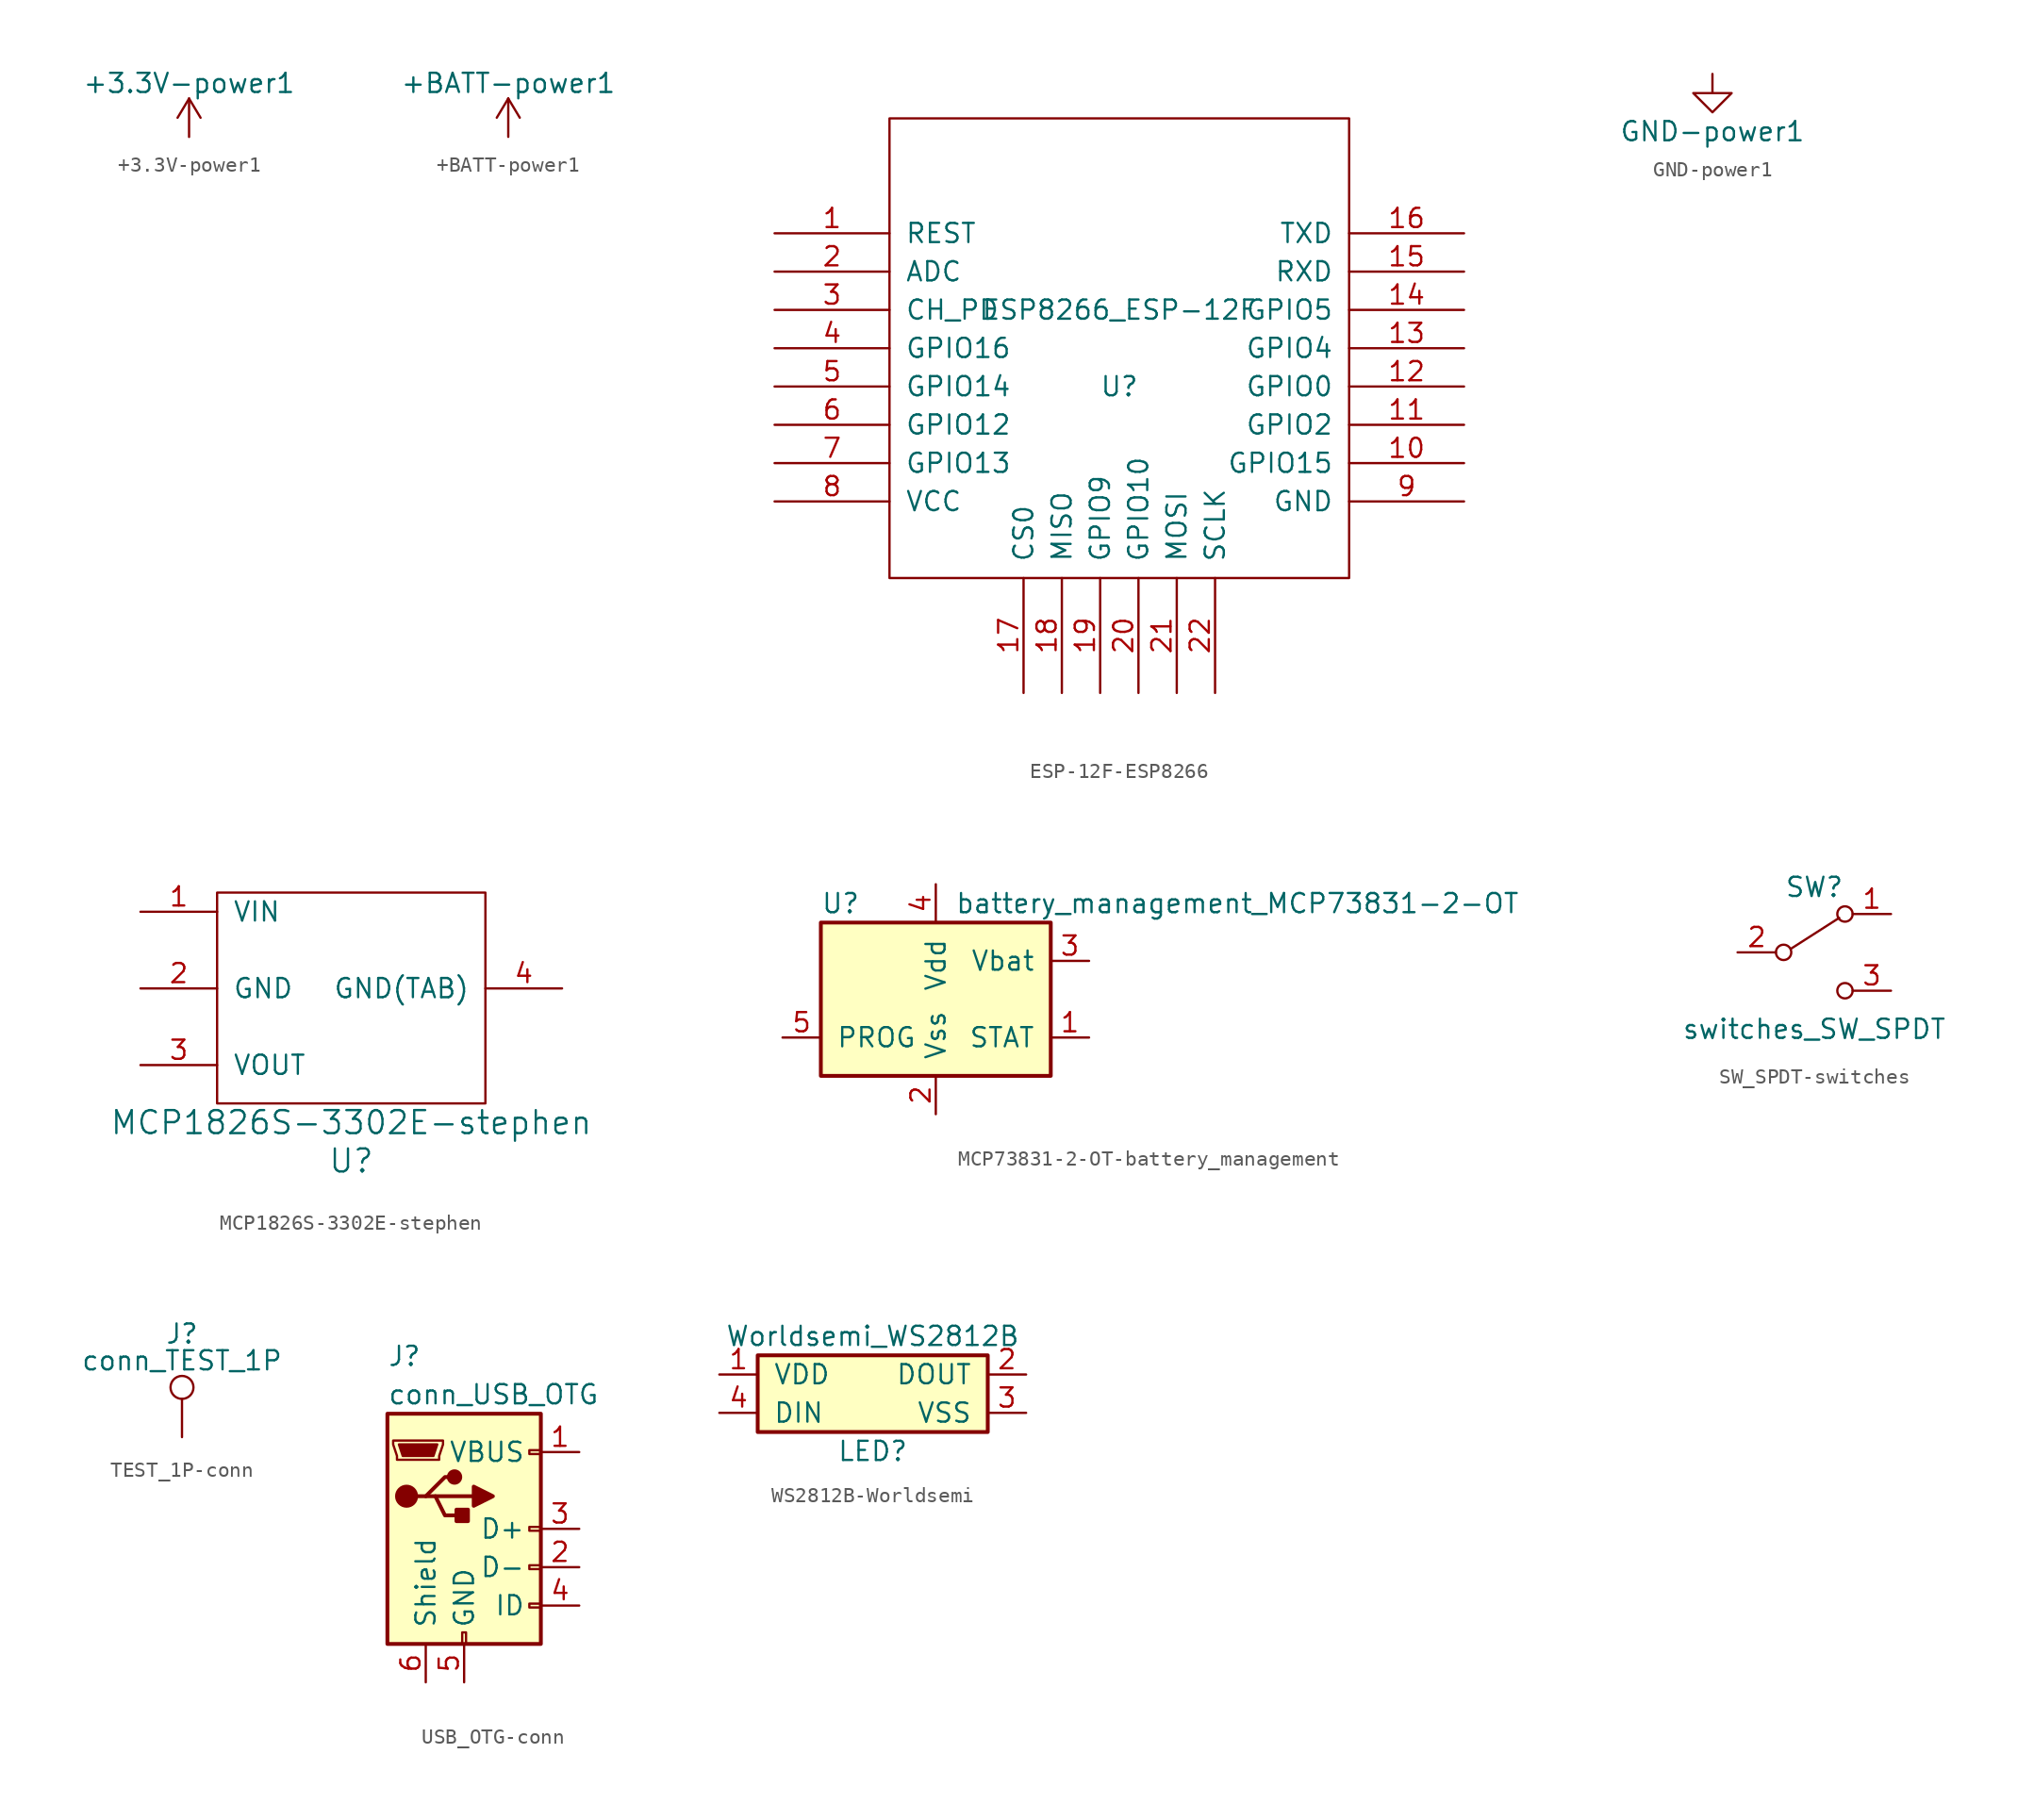
<source format=kicad_sym>
(kicad_symbol_lib
  (version 20220914)
  (generator kicad_symbol_editor)
  (symbol "+3.3V-power1"
    (power)
    (pin_names
      (offset 0))
    (property "Reference" "#PWR"
      (at 0 -3.81 0)
      (effects (font (size 1.27 1.27)) hide))
    (property "Value" "+3.3V-power1"
      (at 0 3.556 0)
      (effects (font (size 1.27 1.27))))
    (symbol "+3.3V-power1_0_1"
      (polyline (pts (xy -0.762 1.27) (xy 0 2.54)) (stroke (width 0) (type solid)) (fill (type none)))
      (polyline (pts (xy 0 0) (xy 0 2.54)) (stroke (width 0) (type solid)) (fill (type none)))
      (polyline (pts (xy 0 2.54) (xy 0.762 1.27)) (stroke (width 0) (type solid)) (fill (type none))))
    (symbol "+3.3V-power1_1_1"
      (pin power_in line (at 0 0 90) (length 0) hide (name "+3V3" (effects (font (size 1.27 1.27)))) (number "1" (effects (font (size 1.27 1.27)))))))
  (symbol "+BATT-power1"
    (power)
    (pin_names
      (offset 0))
    (property "Reference" "#PWR"
      (at 0 -3.81 0)
      (effects (font (size 1.27 1.27)) hide))
    (property "Value" "+BATT-power1"
      (at 0 3.556 0)
      (effects (font (size 1.27 1.27))))
    (symbol "+BATT-power1_0_1"
      (polyline (pts (xy -0.762 1.27) (xy 0 2.54)) (stroke (width 0) (type solid)) (fill (type none)))
      (polyline (pts (xy 0 0) (xy 0 2.54)) (stroke (width 0) (type solid)) (fill (type none)))
      (polyline (pts (xy 0 2.54) (xy 0.762 1.27)) (stroke (width 0) (type solid)) (fill (type none))))
    (symbol "+BATT-power1_1_1"
      (pin power_in line (at 0 0 90) (length 0) hide (name "+BATT" (effects (font (size 1.27 1.27)))) (number "1" (effects (font (size 1.27 1.27)))))))
  (symbol "ESP-12F-ESP8266"
    (pin_names
      (offset 1.016))
    (property "Reference" "U"
      (at 0 -2.54 0)
      (effects (font (size 1.27 1.27))))
    (property "Value" "ESP8266_ESP-12F"
      (at 0 2.54 0)
      (effects (font (size 1.27 1.27))))
    (symbol "ESP-12F-ESP8266_1_0"
      (rectangle (start -15.24 -15.24) (end 15.24 15.24) (stroke (width 0) (type solid)) (fill (type none))))
    (symbol "ESP-12F-ESP8266_1_1"
      (pin input line (at -22.86 7.62 0) (length 7.62) (name "REST" (effects (font (size 1.27 1.27)))) (number "1" (effects (font (size 1.27 1.27)))))
      (pin bidirectional line (at 22.86 -7.62 180) (length 7.62) (name "GPIO15" (effects (font (size 1.27 1.27)))) (number "10" (effects (font (size 1.27 1.27)))))
      (pin bidirectional line (at 22.86 -5.08 180) (length 7.62) (name "GPIO2" (effects (font (size 1.27 1.27)))) (number "11" (effects (font (size 1.27 1.27)))))
      (pin bidirectional line (at 22.86 -2.54 180) (length 7.62) (name "GPIO0" (effects (font (size 1.27 1.27)))) (number "12" (effects (font (size 1.27 1.27)))))
      (pin bidirectional line (at 22.86 0 180) (length 7.62) (name "GPIO4" (effects (font (size 1.27 1.27)))) (number "13" (effects (font (size 1.27 1.27)))))
      (pin bidirectional line (at 22.86 2.54 180) (length 7.62) (name "GPIO5" (effects (font (size 1.27 1.27)))) (number "14" (effects (font (size 1.27 1.27)))))
      (pin input line (at 22.86 5.08 180) (length 7.62) (name "RXD" (effects (font (size 1.27 1.27)))) (number "15" (effects (font (size 1.27 1.27)))))
      (pin output line (at 22.86 7.62 180) (length 7.62) (name "TXD" (effects (font (size 1.27 1.27)))) (number "16" (effects (font (size 1.27 1.27)))))
      (pin bidirectional line (at -6.35 -22.86 90) (length 7.62) (name "CS0" (effects (font (size 1.27 1.27)))) (number "17" (effects (font (size 1.27 1.27)))))
      (pin bidirectional line (at -3.81 -22.86 90) (length 7.62) (name "MISO" (effects (font (size 1.27 1.27)))) (number "18" (effects (font (size 1.27 1.27)))))
      (pin bidirectional line (at -1.27 -22.86 90) (length 7.62) (name "GPIO9" (effects (font (size 1.27 1.27)))) (number "19" (effects (font (size 1.27 1.27)))))
      (pin passive line (at -22.86 5.08 0) (length 7.62) (name "ADC" (effects (font (size 1.27 1.27)))) (number "2" (effects (font (size 1.27 1.27)))))
      (pin bidirectional line (at 1.27 -22.86 90) (length 7.62) (name "GPIO10" (effects (font (size 1.27 1.27)))) (number "20" (effects (font (size 1.27 1.27)))))
      (pin bidirectional line (at 3.81 -22.86 90) (length 7.62) (name "MOSI" (effects (font (size 1.27 1.27)))) (number "21" (effects (font (size 1.27 1.27)))))
      (pin bidirectional line (at 6.35 -22.86 90) (length 7.62) (name "SCLK" (effects (font (size 1.27 1.27)))) (number "22" (effects (font (size 1.27 1.27)))))
      (pin input line (at -22.86 2.54 0) (length 7.62) (name "CH_PD" (effects (font (size 1.27 1.27)))) (number "3" (effects (font (size 1.27 1.27)))))
      (pin bidirectional line (at -22.86 0 0) (length 7.62) (name "GPIO16" (effects (font (size 1.27 1.27)))) (number "4" (effects (font (size 1.27 1.27)))))
      (pin bidirectional line (at -22.86 -2.54 0) (length 7.62) (name "GPIO14" (effects (font (size 1.27 1.27)))) (number "5" (effects (font (size 1.27 1.27)))))
      (pin bidirectional line (at -22.86 -5.08 0) (length 7.62) (name "GPIO12" (effects (font (size 1.27 1.27)))) (number "6" (effects (font (size 1.27 1.27)))))
      (pin bidirectional line (at -22.86 -7.62 0) (length 7.62) (name "GPIO13" (effects (font (size 1.27 1.27)))) (number "7" (effects (font (size 1.27 1.27)))))
      (pin power_in line (at -22.86 -10.16 0) (length 7.62) (name "VCC" (effects (font (size 1.27 1.27)))) (number "8" (effects (font (size 1.27 1.27)))))
      (pin power_in line (at 22.86 -10.16 180) (length 7.62) (name "GND" (effects (font (size 1.27 1.27)))) (number "9" (effects (font (size 1.27 1.27)))))))
  (symbol "GND-power1"
    (power)
    (pin_names
      (offset 0))
    (property "Reference" "#PWR"
      (at 0 -6.35 0)
      (effects (font (size 1.27 1.27)) hide))
    (property "Value" "GND-power1"
      (at 0 -3.81 0)
      (effects (font (size 1.27 1.27))))
    (symbol "GND-power1_0_1"
      (polyline (pts (xy 0 0) (xy 0 -1.27) (xy 1.27 -1.27) (xy 0 -2.54) (xy -1.27 -1.27) (xy 0 -1.27)) (stroke (width 0) (type solid)) (fill (type none))))
    (symbol "GND-power1_1_1"
      (pin power_in line (at 0 0 270) (length 0) hide (name "GND" (effects (font (size 1.27 1.27)))) (number "1" (effects (font (size 1.27 1.27)))))))
  (symbol "MCP1826S-3302E-stephen"
    (pin_names
      (offset 1.016))
    (property "Reference" "U"
      (at 0 -10.16 0)
      (effects (font (size 1.524 1.524))))
    (property "Value" "MCP1826S-3302E-stephen"
      (at 0 -7.62 0)
      (effects (font (size 1.524 1.524))))
    (symbol "MCP1826S-3302E-stephen_0_1"
      (rectangle (start -8.89 -6.35) (end 8.89 7.62) (stroke (width 0) (type solid)) (fill (type none))))
    (symbol "MCP1826S-3302E-stephen_1_1"
      (pin input line (at -13.97 6.35 0) (length 5.08) (name "VIN" (effects (font (size 1.27 1.27)))) (number "1" (effects (font (size 1.27 1.27)))))
      (pin input line (at -13.97 1.27 0) (length 5.08) (name "GND" (effects (font (size 1.27 1.27)))) (number "2" (effects (font (size 1.27 1.27)))))
      (pin input line (at -13.97 -3.81 0) (length 5.08) (name "VOUT" (effects (font (size 1.27 1.27)))) (number "3" (effects (font (size 1.27 1.27)))))
      (pin input line (at 13.97 1.27 180) (length 5.08) (name "GND(TAB)" (effects (font (size 1.27 1.27)))) (number "4" (effects (font (size 1.27 1.27)))))))
  (symbol "MCP73831-2-OT-battery_management"
    (pin_names
      (offset 1.016))
    (property "Reference" "U"
      (at -7.62 6.35 0)
      (effects (font (size 1.27 1.27)) (justify left)))
    (property "Value" "battery_management_MCP73831-2-OT"
      (at 1.27 6.35 0)
      (effects (font (size 1.27 1.27)) (justify left)))
    (symbol "MCP73831-2-OT-battery_management_0_1"
      (rectangle (start -7.62 5.08) (end 7.62 -5.08) (stroke (width 0.254) (type solid)) (fill (type background))))
    (symbol "MCP73831-2-OT-battery_management_1_1"
      (pin output line (at 10.16 -2.54 180) (length 2.54) (name "STAT" (effects (font (size 1.27 1.27)))) (number "1" (effects (font (size 1.27 1.27)))))
      (pin power_in line (at 0 -7.62 90) (length 2.54) (name "Vss" (effects (font (size 1.27 1.27)))) (number "2" (effects (font (size 1.27 1.27)))))
      (pin power_out line (at 10.16 2.54 180) (length 2.54) (name "Vbat" (effects (font (size 1.27 1.27)))) (number "3" (effects (font (size 1.27 1.27)))))
      (pin power_in line (at 0 7.62 270) (length 2.54) (name "Vdd" (effects (font (size 1.27 1.27)))) (number "4" (effects (font (size 1.27 1.27)))))
      (pin input line (at -10.16 -2.54 0) (length 2.54) (name "PROG" (effects (font (size 1.27 1.27)))) (number "5" (effects (font (size 1.27 1.27)))))))
  (symbol "SW_SPDT-switches"
    (pin_names
      (offset 0) hide)
    (property "Reference" "SW"
      (at 0 4.318 0)
      (effects (font (size 1.27 1.27))))
    (property "Value" "switches_SW_SPDT"
      (at 0 -5.08 0)
      (effects (font (size 1.27 1.27))))
    (symbol "SW_SPDT-switches_0_0"
      (circle (center -2.032 0) (radius 0.508) (stroke (width 0) (type solid)) (fill (type none)))
      (circle (center 2.032 -2.54) (radius 0.508) (stroke (width 0) (type solid)) (fill (type none))))
    (symbol "SW_SPDT-switches_0_1"
      (polyline (pts (xy -1.524 0.254) (xy 1.651 2.286)) (stroke (width 0) (type solid)) (fill (type none)))
      (circle (center 2.032 2.54) (radius 0.508) (stroke (width 0) (type solid)) (fill (type none))))
    (symbol "SW_SPDT-switches_1_1"
      (pin passive line (at 5.08 2.54 180) (length 2.54) (name "A" (effects (font (size 1.27 1.27)))) (number "1" (effects (font (size 1.27 1.27)))))
      (pin passive line (at -5.08 0 0) (length 2.54) (name "B" (effects (font (size 1.27 1.27)))) (number "2" (effects (font (size 1.27 1.27)))))
      (pin passive line (at 5.08 -2.54 180) (length 2.54) (name "C" (effects (font (size 1.27 1.27)))) (number "3" (effects (font (size 1.27 1.27)))))))
  (symbol "TEST_1P-conn"
    (pin_numbers hide)
    (pin_names
      (offset 0.762) hide)
    (property "Reference" "J"
      (at 0 6.858 0)
      (effects (font (size 1.27 1.27))))
    (property "Value" "conn_TEST_1P"
      (at 0 5.08 0)
      (effects (font (size 1.27 1.27))))
    (symbol "TEST_1P-conn_0_1"
      (circle (center 0 3.302) (radius 0.762) (stroke (width 0) (type solid)) (fill (type none))))
    (symbol "TEST_1P-conn_1_1"
      (pin passive line (at 0 0 90) (length 2.54) (name "1" (effects (font (size 1.27 1.27)))) (number "1" (effects (font (size 1.27 1.27)))))))
  (symbol "USB_OTG-conn"
    (pin_names
      (offset 1.016))
    (property "Reference" "J"
      (at -5.08 11.43 0)
      (effects (font (size 1.27 1.27)) (justify left)))
    (property "Value" "conn_USB_OTG"
      (at -5.08 8.89 0)
      (effects (font (size 1.27 1.27)) (justify left)))
    (symbol "USB_OTG-conn_0_1"
      (rectangle (start -5.08 -7.62) (end 5.08 7.62) (stroke (width 0.254) (type solid)) (fill (type background)))
      (circle (center -3.81 2.159) (radius 0.635) (stroke (width 0.254) (type solid)) (fill (type outline)))
      (circle (center -0.635 3.429) (radius 0.381) (stroke (width 0.254) (type solid)) (fill (type outline)))
      (rectangle (start -0.127 -7.62) (end 0.127 -6.858) (stroke (width 0) (type solid)) (fill (type none)))
      (polyline (pts (xy -1.905 2.159) (xy 0.635 2.159)) (stroke (width 0.254) (type solid)) (fill (type none)))
      (polyline (pts (xy -3.175 2.159) (xy -2.54 2.159) (xy -1.27 3.429) (xy -0.635 3.429)) (stroke (width 0.254) (type solid)) (fill (type none)))
      (polyline (pts (xy -2.54 2.159) (xy -1.905 2.159) (xy -1.27 0.889) (xy 0 0.889)) (stroke (width 0.254) (type solid)) (fill (type none)))
      (polyline (pts (xy 0.635 2.794) (xy 0.635 1.524) (xy 1.905 2.159) (xy 0.635 2.794)) (stroke (width 0.254) (type solid)) (fill (type outline)))
      (polyline (pts (xy -4.318 5.588) (xy -1.778 5.588) (xy -2.032 4.826) (xy -4.064 4.826) (xy -4.318 5.588)) (stroke (width 0) (type solid)) (fill (type outline)))
      (polyline (pts (xy -4.699 5.842) (xy -4.699 5.588) (xy -4.445 4.826) (xy -4.445 4.572) (xy -1.651 4.572) (xy -1.651 4.826) (xy -1.397 5.588) (xy -1.397 5.842) (xy -4.699 5.842)) (stroke (width 0) (type solid)) (fill (type none)))
      (rectangle (start 0.254 1.27) (end -0.508 0.508) (stroke (width 0.254) (type solid)) (fill (type outline)))
      (rectangle (start 5.08 -5.207) (end 4.318 -4.953) (stroke (width 0) (type solid)) (fill (type none)))
      (rectangle (start 5.08 -2.667) (end 4.318 -2.413) (stroke (width 0) (type solid)) (fill (type none)))
      (rectangle (start 5.08 -0.127) (end 4.318 0.127) (stroke (width 0) (type solid)) (fill (type none)))
      (rectangle (start 5.08 4.953) (end 4.318 5.207) (stroke (width 0) (type solid)) (fill (type none))))
    (symbol "USB_OTG-conn_1_1"
      (pin power_in line (at 7.62 5.08 180) (length 2.54) (name "VBUS" (effects (font (size 1.27 1.27)))) (number "1" (effects (font (size 1.27 1.27)))))
      (pin passive line (at 7.62 -2.54 180) (length 2.54) (name "D-" (effects (font (size 1.27 1.27)))) (number "2" (effects (font (size 1.27 1.27)))))
      (pin passive line (at 7.62 0 180) (length 2.54) (name "D+" (effects (font (size 1.27 1.27)))) (number "3" (effects (font (size 1.27 1.27)))))
      (pin passive line (at 7.62 -5.08 180) (length 2.54) (name "ID" (effects (font (size 1.27 1.27)))) (number "4" (effects (font (size 1.27 1.27)))))
      (pin power_in line (at 0 -10.16 90) (length 2.54) (name "GND" (effects (font (size 1.27 1.27)))) (number "5" (effects (font (size 1.27 1.27)))))
      (pin passive line (at -2.54 -10.16 90) (length 2.54) (name "Shield" (effects (font (size 1.27 1.27)))) (number "6" (effects (font (size 1.27 1.27)))))))
  (symbol "WS2812B-Worldsemi"
    (pin_names
      (offset 1.016))
    (property "Reference" "LED"
      (at 0 -5.08 0)
      (effects (font (size 1.27 1.27))))
    (property "Value" "Worldsemi_WS2812B"
      (at 0 2.54 0)
      (effects (font (size 1.27 1.27))))
    (symbol "WS2812B-Worldsemi_0_1"
      (rectangle (start -7.62 1.27) (end 7.62 -3.81) (stroke (width 0.254) (type solid)) (fill (type background))))
    (symbol "WS2812B-Worldsemi_1_1"
      (pin power_in line (at -10.16 0 0) (length 2.54) (name "VDD" (effects (font (size 1.27 1.27)))) (number "1" (effects (font (size 1.27 1.27)))))
      (pin output line (at 10.16 0 180) (length 2.54) (name "DOUT" (effects (font (size 1.27 1.27)))) (number "2" (effects (font (size 1.27 1.27)))))
      (pin power_in line (at 10.16 -2.54 180) (length 2.54) (name "VSS" (effects (font (size 1.27 1.27)))) (number "3" (effects (font (size 1.27 1.27)))))
      (pin input line (at -10.16 -2.54 0) (length 2.54) (name "DIN" (effects (font (size 1.27 1.27)))) (number "4" (effects (font (size 1.27 1.27))))))))
</source>
